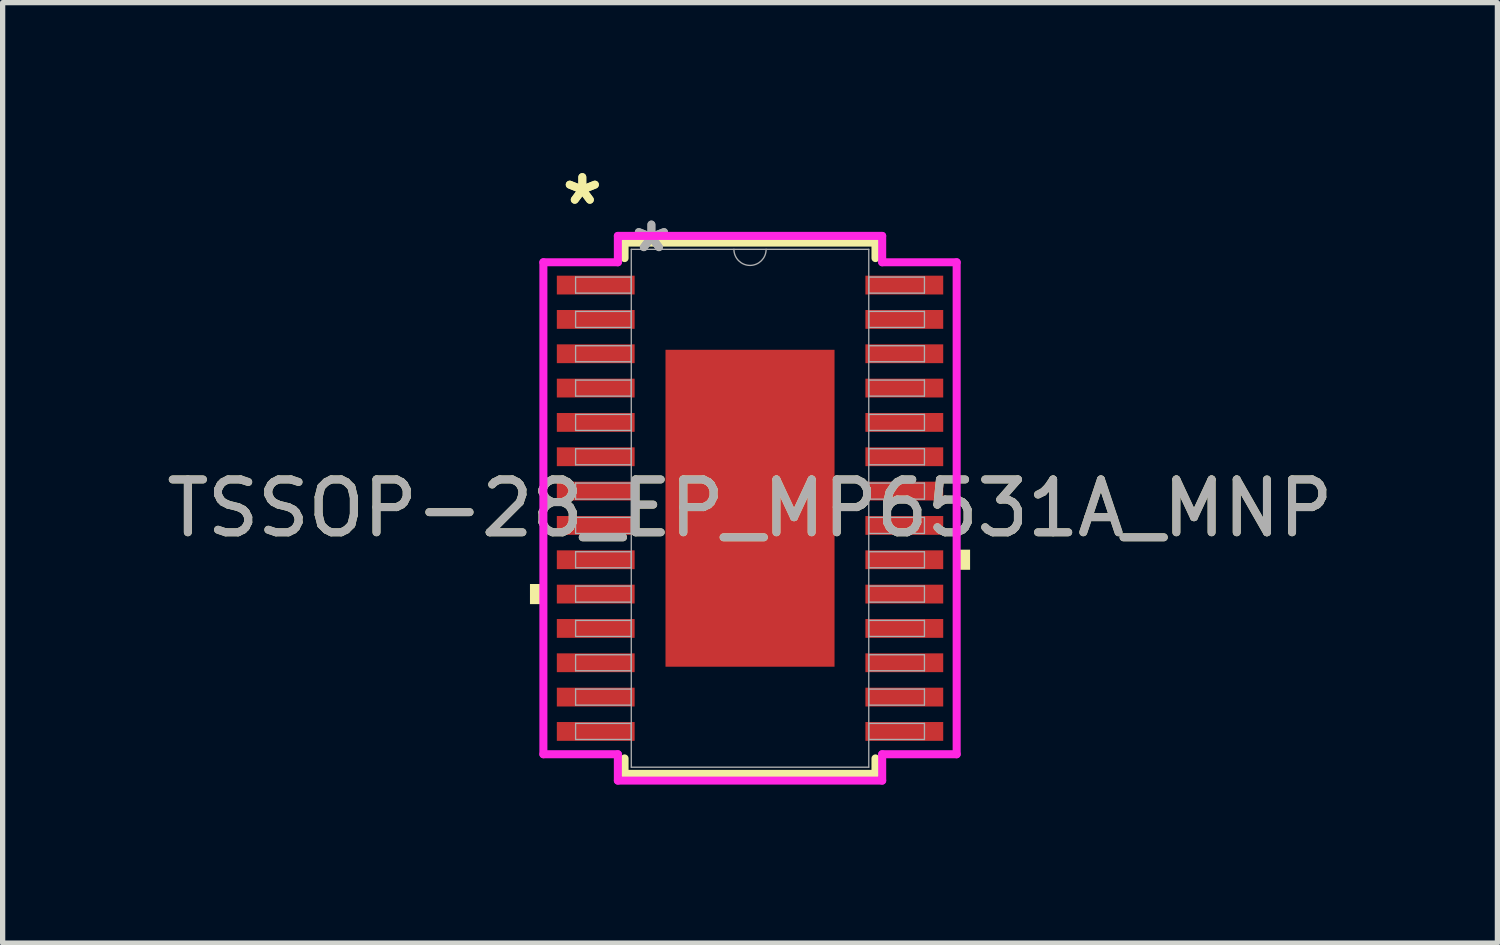
<source format=kicad_pcb>
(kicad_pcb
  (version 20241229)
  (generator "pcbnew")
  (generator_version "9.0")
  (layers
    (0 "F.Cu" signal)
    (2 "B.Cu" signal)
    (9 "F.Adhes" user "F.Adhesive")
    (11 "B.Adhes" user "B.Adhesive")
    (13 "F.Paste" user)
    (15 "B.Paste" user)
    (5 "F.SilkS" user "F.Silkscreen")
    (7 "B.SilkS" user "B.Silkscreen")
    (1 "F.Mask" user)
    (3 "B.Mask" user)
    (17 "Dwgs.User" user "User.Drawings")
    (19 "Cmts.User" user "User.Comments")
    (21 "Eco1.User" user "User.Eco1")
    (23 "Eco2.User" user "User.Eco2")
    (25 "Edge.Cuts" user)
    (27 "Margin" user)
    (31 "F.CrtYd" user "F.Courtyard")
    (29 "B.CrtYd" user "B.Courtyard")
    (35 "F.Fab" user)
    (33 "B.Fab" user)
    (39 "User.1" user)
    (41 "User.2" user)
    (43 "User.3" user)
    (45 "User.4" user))
  (footprint "TSSOP-28_EP_MP6531A_MNP"
    (layer "F.Cu")
    (at 11.149 6.572)
    (property "Reference" "TSSOP-28_EP_MP6531A_MNP" (at 0 0 0) (unlocked yes) (layer "F.SilkS") (effects (font (size 1 1) (thickness 0.15))))
    (attr smd)
    (fp_line (start -2.375 -5.029) (end -2.375 -4.736) (stroke (width 0.152) (type solid)) (layer "F.SilkS"))
    (fp_line (start -2.375 4.736) (end -2.375 5.029) (stroke (width 0.152) (type solid)) (layer "F.SilkS"))
    (fp_line (start -2.375 5.029) (end 2.375 5.029) (stroke (width 0.152) (type solid)) (layer "F.SilkS"))
    (fp_line (start 2.375 -5.029) (end -2.375 -5.029) (stroke (width 0.152) (type solid)) (layer "F.SilkS"))
    (fp_line (start 2.375 -4.736) (end 2.375 -5.029) (stroke (width 0.152) (type solid)) (layer "F.SilkS"))
    (fp_line (start 2.375 5.029) (end 2.375 4.736) (stroke (width 0.152) (type solid)) (layer "F.SilkS"))
    (fp_poly (pts (xy -4.166 1.434) (xy -4.166 1.815) (xy -3.912 1.815) (xy -3.912 1.434)) (stroke (width 0) (type solid)) (fill yes) (layer "F.SilkS"))
    (fp_poly (pts (xy 4.166 0.784) (xy 4.166 1.165) (xy 3.912 1.165) (xy 3.912 0.784)) (stroke (width 0) (type solid)) (fill yes) (layer "F.SilkS"))
    (fp_poly (pts (xy -1.5 -2.9) (xy -1.5 -1.6) (xy -0.1 -1.6) (xy -0.1 -2.9)) (stroke (width 0) (type solid)) (fill yes) (layer "F.Paste"))
    (fp_poly (pts (xy -1.5 -1.4) (xy -1.5 -0.1) (xy -0.1 -0.1) (xy -0.1 -1.4)) (stroke (width 0) (type solid)) (fill yes) (layer "F.Paste"))
    (fp_poly (pts (xy -1.5 0.1) (xy -1.5 1.4) (xy -0.1 1.4) (xy -0.1 0.1)) (stroke (width 0) (type solid)) (fill yes) (layer "F.Paste"))
    (fp_poly (pts (xy -1.5 1.6) (xy -1.5 2.9) (xy -0.1 2.9) (xy -0.1 1.6)) (stroke (width 0) (type solid)) (fill yes) (layer "F.Paste"))
    (fp_poly (pts (xy 0.1 -2.9) (xy 0.1 -1.6) (xy 1.5 -1.6) (xy 1.5 -2.9)) (stroke (width 0) (type solid)) (fill yes) (layer "F.Paste"))
    (fp_poly (pts (xy 0.1 -1.4) (xy 0.1 -0.1) (xy 1.5 -0.1) (xy 1.5 -1.4)) (stroke (width 0) (type solid)) (fill yes) (layer "F.Paste"))
    (fp_poly (pts (xy 0.1 0.1) (xy 0.1 1.4) (xy 1.5 1.4) (xy 1.5 0.1)) (stroke (width 0) (type solid)) (fill yes) (layer "F.Paste"))
    (fp_poly (pts (xy 0.1 1.6) (xy 0.1 2.9) (xy 1.5 2.9) (xy 1.5 1.6)) (stroke (width 0) (type solid)) (fill yes) (layer "F.Paste"))
    (fp_line (start -3.912 -4.657) (end -2.502 -4.657) (stroke (width 0.152) (type solid)) (layer "F.CrtYd"))
    (fp_line (start -3.912 4.657) (end -3.912 -4.657) (stroke (width 0.152) (type solid)) (layer "F.CrtYd"))
    (fp_line (start -3.912 4.657) (end -2.502 4.657) (stroke (width 0.152) (type solid)) (layer "F.CrtYd"))
    (fp_line (start -2.502 -5.156) (end 2.502 -5.156) (stroke (width 0.152) (type solid)) (layer "F.CrtYd"))
    (fp_line (start -2.502 -4.657) (end -2.502 -5.156) (stroke (width 0.152) (type solid)) (layer "F.CrtYd"))
    (fp_line (start -2.502 5.156) (end -2.502 4.657) (stroke (width 0.152) (type solid)) (layer "F.CrtYd"))
    (fp_line (start 2.502 -5.156) (end 2.502 -4.657) (stroke (width 0.152) (type solid)) (layer "F.CrtYd"))
    (fp_line (start 2.502 4.657) (end 2.502 5.156) (stroke (width 0.152) (type solid)) (layer "F.CrtYd"))
    (fp_line (start 2.502 5.156) (end -2.502 5.156) (stroke (width 0.152) (type solid)) (layer "F.CrtYd"))
    (fp_line (start 3.912 -4.657) (end 2.502 -4.657) (stroke (width 0.152) (type solid)) (layer "F.CrtYd"))
    (fp_line (start 3.912 -4.657) (end 3.912 4.657) (stroke (width 0.152) (type solid)) (layer "F.CrtYd"))
    (fp_line (start 3.912 4.657) (end 2.502 4.657) (stroke (width 0.152) (type solid)) (layer "F.CrtYd"))
    (fp_line (start -3.302 -4.377) (end -3.302 -4.073) (stroke (width 0.025) (type solid)) (layer "F.Fab"))
    (fp_line (start -3.302 -4.073) (end -2.248 -4.073) (stroke (width 0.025) (type solid)) (layer "F.Fab"))
    (fp_line (start -3.302 -3.727) (end -3.302 -3.423) (stroke (width 0.025) (type solid)) (layer "F.Fab"))
    (fp_line (start -3.302 -3.423) (end -2.248 -3.423) (stroke (width 0.025) (type solid)) (layer "F.Fab"))
    (fp_line (start -3.302 -3.077) (end -3.302 -2.773) (stroke (width 0.025) (type solid)) (layer "F.Fab"))
    (fp_line (start -3.302 -2.773) (end -2.248 -2.773) (stroke (width 0.025) (type solid)) (layer "F.Fab"))
    (fp_line (start -3.302 -2.427) (end -3.302 -2.123) (stroke (width 0.025) (type solid)) (layer "F.Fab"))
    (fp_line (start -3.302 -2.123) (end -2.248 -2.123) (stroke (width 0.025) (type solid)) (layer "F.Fab"))
    (fp_line (start -3.302 -1.777) (end -3.302 -1.473) (stroke (width 0.025) (type solid)) (layer "F.Fab"))
    (fp_line (start -3.302 -1.473) (end -2.248 -1.473) (stroke (width 0.025) (type solid)) (layer "F.Fab"))
    (fp_line (start -3.302 -1.127) (end -3.302 -0.823) (stroke (width 0.025) (type solid)) (layer "F.Fab"))
    (fp_line (start -3.302 -0.823) (end -2.248 -0.823) (stroke (width 0.025) (type solid)) (layer "F.Fab"))
    (fp_line (start -3.302 -0.477) (end -3.302 -0.173) (stroke (width 0.025) (type solid)) (layer "F.Fab"))
    (fp_line (start -3.302 -0.173) (end -2.248 -0.173) (stroke (width 0.025) (type solid)) (layer "F.Fab"))
    (fp_line (start -3.302 0.173) (end -3.302 0.477) (stroke (width 0.025) (type solid)) (layer "F.Fab"))
    (fp_line (start -3.302 0.477) (end -2.248 0.477) (stroke (width 0.025) (type solid)) (layer "F.Fab"))
    (fp_line (start -3.302 0.823) (end -3.302 1.127) (stroke (width 0.025) (type solid)) (layer "F.Fab"))
    (fp_line (start -3.302 1.127) (end -2.248 1.127) (stroke (width 0.025) (type solid)) (layer "F.Fab"))
    (fp_line (start -3.302 1.473) (end -3.302 1.777) (stroke (width 0.025) (type solid)) (layer "F.Fab"))
    (fp_line (start -3.302 1.777) (end -2.248 1.777) (stroke (width 0.025) (type solid)) (layer "F.Fab"))
    (fp_line (start -3.302 2.123) (end -3.302 2.427) (stroke (width 0.025) (type solid)) (layer "F.Fab"))
    (fp_line (start -3.302 2.427) (end -2.248 2.427) (stroke (width 0.025) (type solid)) (layer "F.Fab"))
    (fp_line (start -3.302 2.773) (end -3.302 3.077) (stroke (width 0.025) (type solid)) (layer "F.Fab"))
    (fp_line (start -3.302 3.077) (end -2.248 3.077) (stroke (width 0.025) (type solid)) (layer "F.Fab"))
    (fp_line (start -3.302 3.423) (end -3.302 3.727) (stroke (width 0.025) (type solid)) (layer "F.Fab"))
    (fp_line (start -3.302 3.727) (end -2.248 3.727) (stroke (width 0.025) (type solid)) (layer "F.Fab"))
    (fp_line (start -3.302 4.073) (end -3.302 4.377) (stroke (width 0.025) (type solid)) (layer "F.Fab"))
    (fp_line (start -3.302 4.377) (end -2.248 4.377) (stroke (width 0.025) (type solid)) (layer "F.Fab"))
    (fp_line (start -2.248 -4.902) (end -2.248 4.902) (stroke (width 0.025) (type solid)) (layer "F.Fab"))
    (fp_line (start -2.248 -4.377) (end -3.302 -4.377) (stroke (width 0.025) (type solid)) (layer "F.Fab"))
    (fp_line (start -2.248 -4.073) (end -2.248 -4.377) (stroke (width 0.025) (type solid)) (layer "F.Fab"))
    (fp_line (start -2.248 -3.727) (end -3.302 -3.727) (stroke (width 0.025) (type solid)) (layer "F.Fab"))
    (fp_line (start -2.248 -3.423) (end -2.248 -3.727) (stroke (width 0.025) (type solid)) (layer "F.Fab"))
    (fp_line (start -2.248 -3.077) (end -3.302 -3.077) (stroke (width 0.025) (type solid)) (layer "F.Fab"))
    (fp_line (start -2.248 -2.773) (end -2.248 -3.077) (stroke (width 0.025) (type solid)) (layer "F.Fab"))
    (fp_line (start -2.248 -2.427) (end -3.302 -2.427) (stroke (width 0.025) (type solid)) (layer "F.Fab"))
    (fp_line (start -2.248 -2.123) (end -2.248 -2.427) (stroke (width 0.025) (type solid)) (layer "F.Fab"))
    (fp_line (start -2.248 -1.777) (end -3.302 -1.777) (stroke (width 0.025) (type solid)) (layer "F.Fab"))
    (fp_line (start -2.248 -1.473) (end -2.248 -1.777) (stroke (width 0.025) (type solid)) (layer "F.Fab"))
    (fp_line (start -2.248 -1.127) (end -3.302 -1.127) (stroke (width 0.025) (type solid)) (layer "F.Fab"))
    (fp_line (start -2.248 -0.823) (end -2.248 -1.127) (stroke (width 0.025) (type solid)) (layer "F.Fab"))
    (fp_line (start -2.248 -0.477) (end -3.302 -0.477) (stroke (width 0.025) (type solid)) (layer "F.Fab"))
    (fp_line (start -2.248 -0.173) (end -2.248 -0.477) (stroke (width 0.025) (type solid)) (layer "F.Fab"))
    (fp_line (start -2.248 0.173) (end -3.302 0.173) (stroke (width 0.025) (type solid)) (layer "F.Fab"))
    (fp_line (start -2.248 0.477) (end -2.248 0.173) (stroke (width 0.025) (type solid)) (layer "F.Fab"))
    (fp_line (start -2.248 0.823) (end -3.302 0.823) (stroke (width 0.025) (type solid)) (layer "F.Fab"))
    (fp_line (start -2.248 1.127) (end -2.248 0.823) (stroke (width 0.025) (type solid)) (layer "F.Fab"))
    (fp_line (start -2.248 1.473) (end -3.302 1.473) (stroke (width 0.025) (type solid)) (layer "F.Fab"))
    (fp_line (start -2.248 1.777) (end -2.248 1.473) (stroke (width 0.025) (type solid)) (layer "F.Fab"))
    (fp_line (start -2.248 2.123) (end -3.302 2.123) (stroke (width 0.025) (type solid)) (layer "F.Fab"))
    (fp_line (start -2.248 2.427) (end -2.248 2.123) (stroke (width 0.025) (type solid)) (layer "F.Fab"))
    (fp_line (start -2.248 2.773) (end -3.302 2.773) (stroke (width 0.025) (type solid)) (layer "F.Fab"))
    (fp_line (start -2.248 3.077) (end -2.248 2.773) (stroke (width 0.025) (type solid)) (layer "F.Fab"))
    (fp_line (start -2.248 3.423) (end -3.302 3.423) (stroke (width 0.025) (type solid)) (layer "F.Fab"))
    (fp_line (start -2.248 3.727) (end -2.248 3.423) (stroke (width 0.025) (type solid)) (layer "F.Fab"))
    (fp_line (start -2.248 4.073) (end -3.302 4.073) (stroke (width 0.025) (type solid)) (layer "F.Fab"))
    (fp_line (start -2.248 4.377) (end -2.248 4.073) (stroke (width 0.025) (type solid)) (layer "F.Fab"))
    (fp_line (start -2.248 4.902) (end 2.248 4.902) (stroke (width 0.025) (type solid)) (layer "F.Fab"))
    (fp_line (start 2.248 -4.902) (end -2.248 -4.902) (stroke (width 0.025) (type solid)) (layer "F.Fab"))
    (fp_line (start 2.248 -4.377) (end 2.248 -4.073) (stroke (width 0.025) (type solid)) (layer "F.Fab"))
    (fp_line (start 2.248 -4.073) (end 3.302 -4.073) (stroke (width 0.025) (type solid)) (layer "F.Fab"))
    (fp_line (start 2.248 -3.727) (end 2.248 -3.423) (stroke (width 0.025) (type solid)) (layer "F.Fab"))
    (fp_line (start 2.248 -3.423) (end 3.302 -3.423) (stroke (width 0.025) (type solid)) (layer "F.Fab"))
    (fp_line (start 2.248 -3.077) (end 2.248 -2.773) (stroke (width 0.025) (type solid)) (layer "F.Fab"))
    (fp_line (start 2.248 -2.773) (end 3.302 -2.773) (stroke (width 0.025) (type solid)) (layer "F.Fab"))
    (fp_line (start 2.248 -2.427) (end 2.248 -2.123) (stroke (width 0.025) (type solid)) (layer "F.Fab"))
    (fp_line (start 2.248 -2.123) (end 3.302 -2.123) (stroke (width 0.025) (type solid)) (layer "F.Fab"))
    (fp_line (start 2.248 -1.777) (end 2.248 -1.473) (stroke (width 0.025) (type solid)) (layer "F.Fab"))
    (fp_line (start 2.248 -1.473) (end 3.302 -1.473) (stroke (width 0.025) (type solid)) (layer "F.Fab"))
    (fp_line (start 2.248 -1.127) (end 2.248 -0.823) (stroke (width 0.025) (type solid)) (layer "F.Fab"))
    (fp_line (start 2.248 -0.823) (end 3.302 -0.823) (stroke (width 0.025) (type solid)) (layer "F.Fab"))
    (fp_line (start 2.248 -0.477) (end 2.248 -0.173) (stroke (width 0.025) (type solid)) (layer "F.Fab"))
    (fp_line (start 2.248 -0.173) (end 3.302 -0.173) (stroke (width 0.025) (type solid)) (layer "F.Fab"))
    (fp_line (start 2.248 0.173) (end 2.248 0.477) (stroke (width 0.025) (type solid)) (layer "F.Fab"))
    (fp_line (start 2.248 0.477) (end 3.302 0.477) (stroke (width 0.025) (type solid)) (layer "F.Fab"))
    (fp_line (start 2.248 0.823) (end 2.248 1.127) (stroke (width 0.025) (type solid)) (layer "F.Fab"))
    (fp_line (start 2.248 1.127) (end 3.302 1.127) (stroke (width 0.025) (type solid)) (layer "F.Fab"))
    (fp_line (start 2.248 1.473) (end 2.248 1.777) (stroke (width 0.025) (type solid)) (layer "F.Fab"))
    (fp_line (start 2.248 1.777) (end 3.302 1.777) (stroke (width 0.025) (type solid)) (layer "F.Fab"))
    (fp_line (start 2.248 2.123) (end 2.248 2.427) (stroke (width 0.025) (type solid)) (layer "F.Fab"))
    (fp_line (start 2.248 2.427) (end 3.302 2.427) (stroke (width 0.025) (type solid)) (layer "F.Fab"))
    (fp_line (start 2.248 2.773) (end 2.248 3.077) (stroke (width 0.025) (type solid)) (layer "F.Fab"))
    (fp_line (start 2.248 3.077) (end 3.302 3.077) (stroke (width 0.025) (type solid)) (layer "F.Fab"))
    (fp_line (start 2.248 3.423) (end 2.248 3.727) (stroke (width 0.025) (type solid)) (layer "F.Fab"))
    (fp_line (start 2.248 3.727) (end 3.302 3.727) (stroke (width 0.025) (type solid)) (layer "F.Fab"))
    (fp_line (start 2.248 4.073) (end 2.248 4.377) (stroke (width 0.025) (type solid)) (layer "F.Fab"))
    (fp_line (start 2.248 4.377) (end 3.302 4.377) (stroke (width 0.025) (type solid)) (layer "F.Fab"))
    (fp_line (start 2.248 4.902) (end 2.248 -4.902) (stroke (width 0.025) (type solid)) (layer "F.Fab"))
    (fp_line (start 3.302 -4.377) (end 2.248 -4.377) (stroke (width 0.025) (type solid)) (layer "F.Fab"))
    (fp_line (start 3.302 -4.073) (end 3.302 -4.377) (stroke (width 0.025) (type solid)) (layer "F.Fab"))
    (fp_line (start 3.302 -3.727) (end 2.248 -3.727) (stroke (width 0.025) (type solid)) (layer "F.Fab"))
    (fp_line (start 3.302 -3.423) (end 3.302 -3.727) (stroke (width 0.025) (type solid)) (layer "F.Fab"))
    (fp_line (start 3.302 -3.077) (end 2.248 -3.077) (stroke (width 0.025) (type solid)) (layer "F.Fab"))
    (fp_line (start 3.302 -2.773) (end 3.302 -3.077) (stroke (width 0.025) (type solid)) (layer "F.Fab"))
    (fp_line (start 3.302 -2.427) (end 2.248 -2.427) (stroke (width 0.025) (type solid)) (layer "F.Fab"))
    (fp_line (start 3.302 -2.123) (end 3.302 -2.427) (stroke (width 0.025) (type solid)) (layer "F.Fab"))
    (fp_line (start 3.302 -1.777) (end 2.248 -1.777) (stroke (width 0.025) (type solid)) (layer "F.Fab"))
    (fp_line (start 3.302 -1.473) (end 3.302 -1.777) (stroke (width 0.025) (type solid)) (layer "F.Fab"))
    (fp_line (start 3.302 -1.127) (end 2.248 -1.127) (stroke (width 0.025) (type solid)) (layer "F.Fab"))
    (fp_line (start 3.302 -0.823) (end 3.302 -1.127) (stroke (width 0.025) (type solid)) (layer "F.Fab"))
    (fp_line (start 3.302 -0.477) (end 2.248 -0.477) (stroke (width 0.025) (type solid)) (layer "F.Fab"))
    (fp_line (start 3.302 -0.173) (end 3.302 -0.477) (stroke (width 0.025) (type solid)) (layer "F.Fab"))
    (fp_line (start 3.302 0.173) (end 2.248 0.173) (stroke (width 0.025) (type solid)) (layer "F.Fab"))
    (fp_line (start 3.302 0.477) (end 3.302 0.173) (stroke (width 0.025) (type solid)) (layer "F.Fab"))
    (fp_line (start 3.302 0.823) (end 2.248 0.823) (stroke (width 0.025) (type solid)) (layer "F.Fab"))
    (fp_line (start 3.302 1.127) (end 3.302 0.823) (stroke (width 0.025) (type solid)) (layer "F.Fab"))
    (fp_line (start 3.302 1.473) (end 2.248 1.473) (stroke (width 0.025) (type solid)) (layer "F.Fab"))
    (fp_line (start 3.302 1.777) (end 3.302 1.473) (stroke (width 0.025) (type solid)) (layer "F.Fab"))
    (fp_line (start 3.302 2.123) (end 2.248 2.123) (stroke (width 0.025) (type solid)) (layer "F.Fab"))
    (fp_line (start 3.302 2.427) (end 3.302 2.123) (stroke (width 0.025) (type solid)) (layer "F.Fab"))
    (fp_line (start 3.302 2.773) (end 2.248 2.773) (stroke (width 0.025) (type solid)) (layer "F.Fab"))
    (fp_line (start 3.302 3.077) (end 3.302 2.773) (stroke (width 0.025) (type solid)) (layer "F.Fab"))
    (fp_line (start 3.302 3.423) (end 2.248 3.423) (stroke (width 0.025) (type solid)) (layer "F.Fab"))
    (fp_line (start 3.302 3.727) (end 3.302 3.423) (stroke (width 0.025) (type solid)) (layer "F.Fab"))
    (fp_line (start 3.302 4.073) (end 2.248 4.073) (stroke (width 0.025) (type solid)) (layer "F.Fab"))
    (fp_line (start 3.302 4.377) (end 3.302 4.073) (stroke (width 0.025) (type solid)) (layer "F.Fab"))
    (fp_arc (start 0.3048 -4.9022) (mid 0 -4.5974) (end -0.3048 -4.9022) (stroke (width 0.0254) (type solid)) (layer "F.Fab"))
    (fp_text user "*" (at -3.175 -5.724 0) (layer "F.SilkS") (effects (font (size 1 1) (thickness 0.15))))
    (fp_text user "*" (at -3.175 -5.724 0) (unlocked yes) (layer "F.SilkS") (effects (font (size 1 1) (thickness 0.15))))
    (fp_text user "*" (at -1.867 -4.826 0) (unlocked yes) (layer "F.Fab") (effects (font (size 1 1) (thickness 0.15))))
    (fp_text user "*" (at -1.867 -4.826 0) (layer "F.Fab") (effects (font (size 1 1) (thickness 0.15))))
    (fp_text user "${REFERENCE}" (at 0 0 0) (unlocked yes) (layer "F.Fab") (effects (font (size 1 1) (thickness 0.15))))
    (pad "1" smd rect (at -2.921 -4.225) (size 1.473 0.356) (layers "F.Cu" "F.Mask" "F.Paste"))
    (pad "2" smd rect (at -2.921 -3.575) (size 1.473 0.356) (layers "F.Cu" "F.Mask" "F.Paste"))
    (pad "3" smd rect (at -2.921 -2.925) (size 1.473 0.356) (layers "F.Cu" "F.Mask" "F.Paste"))
    (pad "4" smd rect (at -2.921 -2.275) (size 1.473 0.356) (layers "F.Cu" "F.Mask" "F.Paste"))
    (pad "5" smd rect (at -2.921 -1.625) (size 1.473 0.356) (layers "F.Cu" "F.Mask" "F.Paste"))
    (pad "6" smd rect (at -2.921 -0.975) (size 1.473 0.356) (layers "F.Cu" "F.Mask" "F.Paste"))
    (pad "7" smd rect (at -2.921 -0.325) (size 1.473 0.356) (layers "F.Cu" "F.Mask" "F.Paste"))
    (pad "8" smd rect (at -2.921 0.325) (size 1.473 0.356) (layers "F.Cu" "F.Mask" "F.Paste"))
    (pad "9" smd rect (at -2.921 0.975) (size 1.473 0.356) (layers "F.Cu" "F.Mask" "F.Paste"))
    (pad "10" smd rect (at -2.921 1.625) (size 1.473 0.356) (layers "F.Cu" "F.Mask" "F.Paste"))
    (pad "11" smd rect (at -2.921 2.275) (size 1.473 0.356) (layers "F.Cu" "F.Mask" "F.Paste"))
    (pad "12" smd rect (at -2.921 2.925) (size 1.473 0.356) (layers "F.Cu" "F.Mask" "F.Paste"))
    (pad "13" smd rect (at -2.921 3.575) (size 1.473 0.356) (layers "F.Cu" "F.Mask" "F.Paste"))
    (pad "14" smd rect (at -2.921 4.225) (size 1.473 0.356) (layers "F.Cu" "F.Mask" "F.Paste"))
    (pad "15" smd rect (at 2.921 4.225) (size 1.473 0.356) (layers "F.Cu" "F.Mask" "F.Paste"))
    (pad "16" smd rect (at 2.921 3.575) (size 1.473 0.356) (layers "F.Cu" "F.Mask" "F.Paste"))
    (pad "17" smd rect (at 2.921 2.925) (size 1.473 0.356) (layers "F.Cu" "F.Mask" "F.Paste"))
    (pad "18" smd rect (at 2.921 2.275) (size 1.473 0.356) (layers "F.Cu" "F.Mask" "F.Paste"))
    (pad "19" smd rect (at 2.921 1.625) (size 1.473 0.356) (layers "F.Cu" "F.Mask" "F.Paste"))
    (pad "20" smd rect (at 2.921 0.975) (size 1.473 0.356) (layers "F.Cu" "F.Mask" "F.Paste"))
    (pad "21" smd rect (at 2.921 0.325) (size 1.473 0.356) (layers "F.Cu" "F.Mask" "F.Paste"))
    (pad "22" smd rect (at 2.921 -0.325) (size 1.473 0.356) (layers "F.Cu" "F.Mask" "F.Paste"))
    (pad "23" smd rect (at 2.921 -0.975) (size 1.473 0.356) (layers "F.Cu" "F.Mask" "F.Paste"))
    (pad "24" smd rect (at 2.921 -1.625) (size 1.473 0.356) (layers "F.Cu" "F.Mask" "F.Paste"))
    (pad "25" smd rect (at 2.921 -2.275) (size 1.473 0.356) (layers "F.Cu" "F.Mask" "F.Paste"))
    (pad "26" smd rect (at 2.921 -2.925) (size 1.473 0.356) (layers "F.Cu" "F.Mask" "F.Paste"))
    (pad "27" smd rect (at 2.921 -3.575) (size 1.473 0.356) (layers "F.Cu" "F.Mask" "F.Paste"))
    (pad "28" smd rect (at 2.921 -4.225) (size 1.473 0.356) (layers "F.Cu" "F.Mask" "F.Paste"))
    (pad "29" smd rect (at 0 0) (size 3.2 6) (layers "F.Cu" "F.Mask")))
  (gr_rect
    (start -3 -3)
    (end 25.298 14.804)
    (stroke (width 0.1) (type default))
    (fill no)
    (layer "Edge.Cuts")))
</source>
